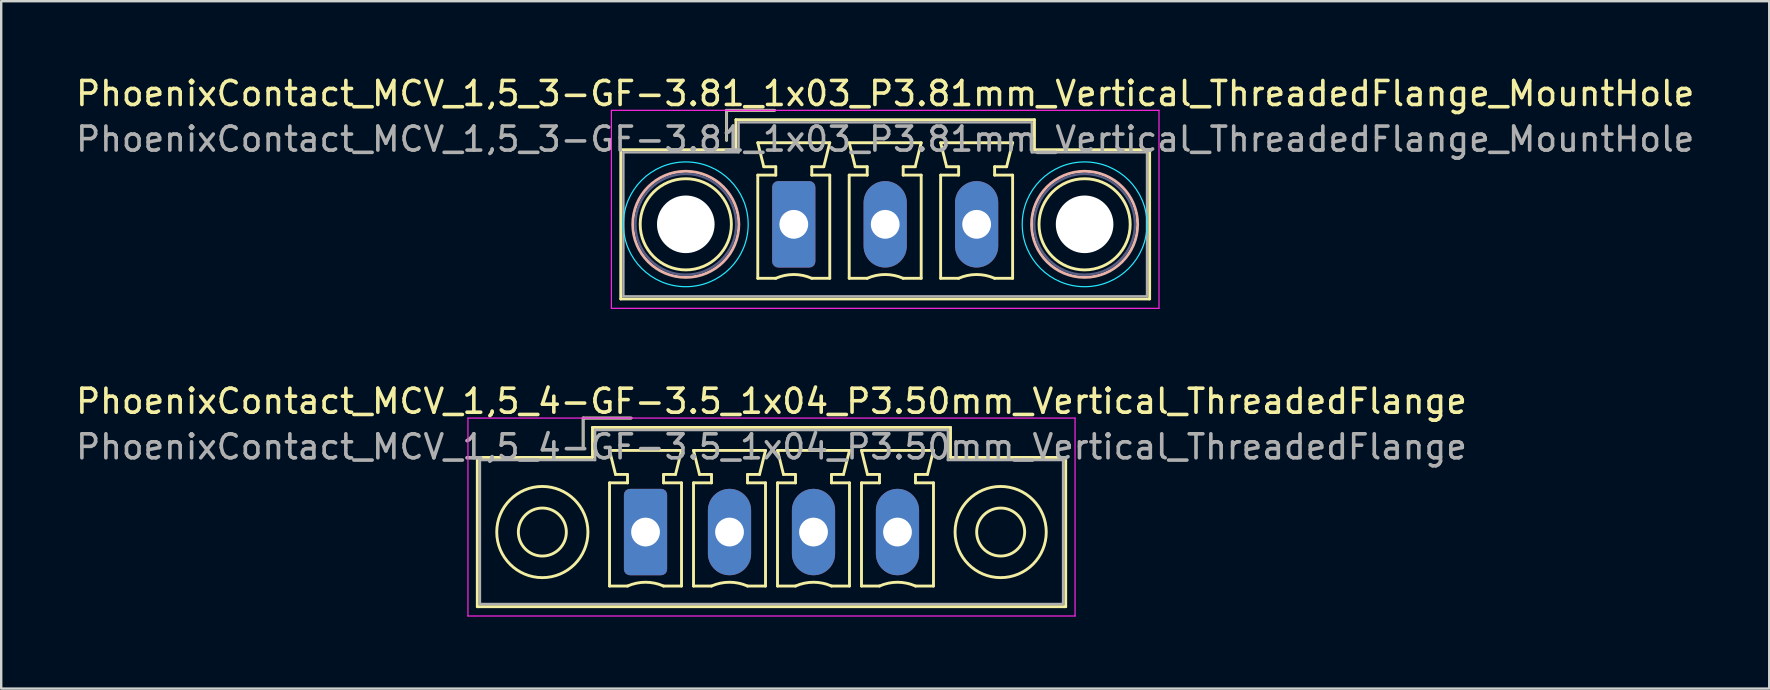
<source format=kicad_pcb>
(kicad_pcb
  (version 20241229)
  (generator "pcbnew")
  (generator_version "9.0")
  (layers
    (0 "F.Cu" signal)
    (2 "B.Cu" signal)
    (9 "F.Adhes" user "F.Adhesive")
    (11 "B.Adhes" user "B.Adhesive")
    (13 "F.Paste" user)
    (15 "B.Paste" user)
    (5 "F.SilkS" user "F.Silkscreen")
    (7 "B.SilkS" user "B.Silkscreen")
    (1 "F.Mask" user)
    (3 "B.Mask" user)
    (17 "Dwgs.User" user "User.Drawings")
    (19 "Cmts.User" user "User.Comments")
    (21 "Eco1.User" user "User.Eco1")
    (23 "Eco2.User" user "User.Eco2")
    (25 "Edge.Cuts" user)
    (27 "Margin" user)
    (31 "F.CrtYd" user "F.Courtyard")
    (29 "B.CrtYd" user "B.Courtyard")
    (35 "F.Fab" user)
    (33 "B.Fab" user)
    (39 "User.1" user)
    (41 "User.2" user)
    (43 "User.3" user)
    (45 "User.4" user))
  (footprint "PhoenixContact_MCV_1,5_4-GF-3.5_1x04_P3.50mm_Vertical_ThreadedFlange"
    (layer "F.Cu")
    (at 23.851 19.122)
    (property "Reference" "PhoenixContact_MCV_1,5_4-GF-3.5_1x04_P3.50mm_Vertical_ThreadedFlange" (at 5.25 -5.45 0) (layer "F.SilkS") (effects (font (size 1 1) (thickness 0.15))))
    (attr through_hole)
    (fp_line (start -7.01 -3.11) (end -7.01 3.11) (stroke (width 0.12) (type solid)) (layer "F.SilkS"))
    (fp_line (start -7.01 3.11) (end 17.51 3.11) (stroke (width 0.12) (type solid)) (layer "F.SilkS"))
    (fp_line (start -2.6 -4.75) (end -0.6 -4.75) (stroke (width 0.12) (type solid)) (layer "F.SilkS"))
    (fp_line (start -2.6 -3.5) (end -2.6 -4.75) (stroke (width 0.12) (type solid)) (layer "F.SilkS"))
    (fp_line (start -2.21 -4.36) (end -2.21 -3.11) (stroke (width 0.12) (type solid)) (layer "F.SilkS"))
    (fp_line (start -2.21 -3.11) (end -7.01 -3.11) (stroke (width 0.12) (type solid)) (layer "F.SilkS"))
    (fp_line (start -1.5 -3.4) (end 1.5 -3.4) (stroke (width 0.12) (type solid)) (layer "F.SilkS"))
    (fp_line (start -1.5 -2.05) (end -0.75 -2.05) (stroke (width 0.12) (type solid)) (layer "F.SilkS"))
    (fp_line (start -1.5 2.25) (end -1.5 -2.05) (stroke (width 0.12) (type solid)) (layer "F.SilkS"))
    (fp_line (start -1.25 -2.4) (end -1.5 -3.4) (stroke (width 0.12) (type solid)) (layer "F.SilkS"))
    (fp_line (start -0.75 -2.4) (end -1.25 -2.4) (stroke (width 0.12) (type solid)) (layer "F.SilkS"))
    (fp_line (start -0.75 -2.05) (end -0.75 -2.4) (stroke (width 0.12) (type solid)) (layer "F.SilkS"))
    (fp_line (start -0.75 2.25) (end -1.5 2.25) (stroke (width 0.12) (type solid)) (layer "F.SilkS"))
    (fp_line (start 0.75 -2.4) (end 0.75 -2.05) (stroke (width 0.12) (type solid)) (layer "F.SilkS"))
    (fp_line (start 0.75 -2.05) (end 1.5 -2.05) (stroke (width 0.12) (type solid)) (layer "F.SilkS"))
    (fp_line (start 1.25 -2.4) (end 0.75 -2.4) (stroke (width 0.12) (type solid)) (layer "F.SilkS"))
    (fp_line (start 1.5 -3.4) (end 1.25 -2.4) (stroke (width 0.12) (type solid)) (layer "F.SilkS"))
    (fp_line (start 1.5 -2.05) (end 1.5 2.25) (stroke (width 0.12) (type solid)) (layer "F.SilkS"))
    (fp_line (start 1.5 2.25) (end 0.75 2.25) (stroke (width 0.12) (type solid)) (layer "F.SilkS"))
    (fp_line (start 2 -3.4) (end 5 -3.4) (stroke (width 0.12) (type solid)) (layer "F.SilkS"))
    (fp_line (start 2 -2.05) (end 2.75 -2.05) (stroke (width 0.12) (type solid)) (layer "F.SilkS"))
    (fp_line (start 2 2.25) (end 2 -2.05) (stroke (width 0.12) (type solid)) (layer "F.SilkS"))
    (fp_line (start 2.25 -2.4) (end 2 -3.4) (stroke (width 0.12) (type solid)) (layer "F.SilkS"))
    (fp_line (start 2.75 -2.4) (end 2.25 -2.4) (stroke (width 0.12) (type solid)) (layer "F.SilkS"))
    (fp_line (start 2.75 -2.05) (end 2.75 -2.4) (stroke (width 0.12) (type solid)) (layer "F.SilkS"))
    (fp_line (start 2.75 2.25) (end 2 2.25) (stroke (width 0.12) (type solid)) (layer "F.SilkS"))
    (fp_line (start 4.25 -2.4) (end 4.25 -2.05) (stroke (width 0.12) (type solid)) (layer "F.SilkS"))
    (fp_line (start 4.25 -2.05) (end 5 -2.05) (stroke (width 0.12) (type solid)) (layer "F.SilkS"))
    (fp_line (start 4.75 -2.4) (end 4.25 -2.4) (stroke (width 0.12) (type solid)) (layer "F.SilkS"))
    (fp_line (start 5 -3.4) (end 4.75 -2.4) (stroke (width 0.12) (type solid)) (layer "F.SilkS"))
    (fp_line (start 5 -2.05) (end 5 2.25) (stroke (width 0.12) (type solid)) (layer "F.SilkS"))
    (fp_line (start 5 2.25) (end 4.25 2.25) (stroke (width 0.12) (type solid)) (layer "F.SilkS"))
    (fp_line (start 5.5 -3.4) (end 8.5 -3.4) (stroke (width 0.12) (type solid)) (layer "F.SilkS"))
    (fp_line (start 5.5 -2.05) (end 6.25 -2.05) (stroke (width 0.12) (type solid)) (layer "F.SilkS"))
    (fp_line (start 5.5 2.25) (end 5.5 -2.05) (stroke (width 0.12) (type solid)) (layer "F.SilkS"))
    (fp_line (start 5.75 -2.4) (end 5.5 -3.4) (stroke (width 0.12) (type solid)) (layer "F.SilkS"))
    (fp_line (start 6.25 -2.4) (end 5.75 -2.4) (stroke (width 0.12) (type solid)) (layer "F.SilkS"))
    (fp_line (start 6.25 -2.05) (end 6.25 -2.4) (stroke (width 0.12) (type solid)) (layer "F.SilkS"))
    (fp_line (start 6.25 2.25) (end 5.5 2.25) (stroke (width 0.12) (type solid)) (layer "F.SilkS"))
    (fp_line (start 7.75 -2.4) (end 7.75 -2.05) (stroke (width 0.12) (type solid)) (layer "F.SilkS"))
    (fp_line (start 7.75 -2.05) (end 8.5 -2.05) (stroke (width 0.12) (type solid)) (layer "F.SilkS"))
    (fp_line (start 8.25 -2.4) (end 7.75 -2.4) (stroke (width 0.12) (type solid)) (layer "F.SilkS"))
    (fp_line (start 8.5 -3.4) (end 8.25 -2.4) (stroke (width 0.12) (type solid)) (layer "F.SilkS"))
    (fp_line (start 8.5 -2.05) (end 8.5 2.25) (stroke (width 0.12) (type solid)) (layer "F.SilkS"))
    (fp_line (start 8.5 2.25) (end 7.75 2.25) (stroke (width 0.12) (type solid)) (layer "F.SilkS"))
    (fp_line (start 9 -3.4) (end 12 -3.4) (stroke (width 0.12) (type solid)) (layer "F.SilkS"))
    (fp_line (start 9 -2.05) (end 9.75 -2.05) (stroke (width 0.12) (type solid)) (layer "F.SilkS"))
    (fp_line (start 9 2.25) (end 9 -2.05) (stroke (width 0.12) (type solid)) (layer "F.SilkS"))
    (fp_line (start 9.25 -2.4) (end 9 -3.4) (stroke (width 0.12) (type solid)) (layer "F.SilkS"))
    (fp_line (start 9.75 -2.4) (end 9.25 -2.4) (stroke (width 0.12) (type solid)) (layer "F.SilkS"))
    (fp_line (start 9.75 -2.05) (end 9.75 -2.4) (stroke (width 0.12) (type solid)) (layer "F.SilkS"))
    (fp_line (start 9.75 2.25) (end 9 2.25) (stroke (width 0.12) (type solid)) (layer "F.SilkS"))
    (fp_line (start 11.25 -2.4) (end 11.25 -2.05) (stroke (width 0.12) (type solid)) (layer "F.SilkS"))
    (fp_line (start 11.25 -2.05) (end 12 -2.05) (stroke (width 0.12) (type solid)) (layer "F.SilkS"))
    (fp_line (start 11.75 -2.4) (end 11.25 -2.4) (stroke (width 0.12) (type solid)) (layer "F.SilkS"))
    (fp_line (start 12 -3.4) (end 11.75 -2.4) (stroke (width 0.12) (type solid)) (layer "F.SilkS"))
    (fp_line (start 12 -2.05) (end 12 2.25) (stroke (width 0.12) (type solid)) (layer "F.SilkS"))
    (fp_line (start 12 2.25) (end 11.25 2.25) (stroke (width 0.12) (type solid)) (layer "F.SilkS"))
    (fp_line (start 12.71 -4.36) (end -2.21 -4.36) (stroke (width 0.12) (type solid)) (layer "F.SilkS"))
    (fp_line (start 12.71 -3.11) (end 12.71 -4.36) (stroke (width 0.12) (type solid)) (layer "F.SilkS"))
    (fp_line (start 17.51 -3.11) (end 12.71 -3.11) (stroke (width 0.12) (type solid)) (layer "F.SilkS"))
    (fp_line (start 17.51 3.11) (end 17.51 -3.11) (stroke (width 0.12) (type solid)) (layer "F.SilkS"))
    (fp_arc (start -0.75 2.25) (mid -0.000193 2.09191) (end 0.749647 2.249844) (stroke (width 0.12) (type solid)) (layer "F.SilkS"))
    (fp_arc (start 2.75 2.25) (mid 3.499807 2.09191) (end 4.249647 2.249844) (stroke (width 0.12) (type solid)) (layer "F.SilkS"))
    (fp_arc (start 6.25 2.25) (mid 6.999807 2.09191) (end 7.749647 2.249844) (stroke (width 0.12) (type solid)) (layer "F.SilkS"))
    (fp_arc (start 9.75 2.25) (mid 10.499807 2.09191) (end 11.249647 2.249844) (stroke (width 0.12) (type solid)) (layer "F.SilkS"))
    (fp_circle (center -4.3 0) (end -3.3 0) (stroke (width 0.12) (type solid)) (fill no) (layer "F.SilkS"))
    (fp_circle (center -4.3 0) (end -2.4 0) (stroke (width 0.12) (type solid)) (fill no) (layer "F.SilkS"))
    (fp_circle (center 14.8 0) (end 15.8 0) (stroke (width 0.12) (type solid)) (fill no) (layer "F.SilkS"))
    (fp_circle (center 14.8 0) (end 16.7 0) (stroke (width 0.12) (type solid)) (fill no) (layer "F.SilkS"))
    (fp_line (start -7.4 -4.75) (end -7.4 3.5) (stroke (width 0.05) (type solid)) (layer "F.CrtYd"))
    (fp_line (start -7.4 3.5) (end 17.9 3.5) (stroke (width 0.05) (type solid)) (layer "F.CrtYd"))
    (fp_line (start 17.9 -4.75) (end -7.4 -4.75) (stroke (width 0.05) (type solid)) (layer "F.CrtYd"))
    (fp_line (start 17.9 3.5) (end 17.9 -4.75) (stroke (width 0.05) (type solid)) (layer "F.CrtYd"))
    (fp_line (start -6.9 -3) (end -6.9 3) (stroke (width 0.1) (type solid)) (layer "F.Fab"))
    (fp_line (start -6.9 3) (end 17.4 3) (stroke (width 0.1) (type solid)) (layer "F.Fab"))
    (fp_line (start -2.6 -4.75) (end -0.6 -4.75) (stroke (width 0.1) (type solid)) (layer "F.Fab"))
    (fp_line (start -2.6 -3.5) (end -2.6 -4.75) (stroke (width 0.1) (type solid)) (layer "F.Fab"))
    (fp_line (start -2.1 -4.25) (end -2.1 -3) (stroke (width 0.1) (type solid)) (layer "F.Fab"))
    (fp_line (start -2.1 -3) (end -6.9 -3) (stroke (width 0.1) (type solid)) (layer "F.Fab"))
    (fp_line (start 12.6 -4.25) (end -2.1 -4.25) (stroke (width 0.1) (type solid)) (layer "F.Fab"))
    (fp_line (start 12.6 -3) (end 12.6 -4.25) (stroke (width 0.1) (type solid)) (layer "F.Fab"))
    (fp_line (start 17.4 -3) (end 12.6 -3) (stroke (width 0.1) (type solid)) (layer "F.Fab"))
    (fp_line (start 17.4 3) (end 17.4 -3) (stroke (width 0.1) (type solid)) (layer "F.Fab"))
    (fp_text user "${REFERENCE}" (at 5.25 -3.55 0) (layer "F.Fab") (effects (font (size 1 1) (thickness 0.15))))
    (pad "1" thru_hole roundrect (at 0 0) (size 1.8 3.6) (drill 1.2) (layers "*.Cu" "*.Mask") (roundrect_rratio 0.139))
    (pad "2" thru_hole oval (at 3.5 0) (size 1.8 3.6) (drill 1.2) (layers "*.Cu" "*.Mask"))
    (pad "3" thru_hole oval (at 7 0) (size 1.8 3.6) (drill 1.2) (layers "*.Cu" "*.Mask"))
    (pad "4" thru_hole oval (at 10.5 0) (size 1.8 3.6) (drill 1.2) (layers "*.Cu" "*.Mask")))
  (footprint "PhoenixContact_MCV_1,5_3-GF-3.81_1x03_P3.81mm_Vertical_ThreadedFlange_MountHole"
    (layer "F.Cu")
    (at 30.029 6.298)
    (property "Reference" "PhoenixContact_MCV_1,5_3-GF-3.81_1x03_P3.81mm_Vertical_ThreadedFlange_MountHole" (at 3.81 -5.45 0) (layer "F.SilkS") (effects (font (size 1 1) (thickness 0.15))))
    (attr through_hole)
    (fp_line (start -7.21 -3.11) (end -7.21 3.11) (stroke (width 0.12) (type solid)) (layer "F.SilkS"))
    (fp_line (start -7.21 3.11) (end 14.83 3.11) (stroke (width 0.12) (type solid)) (layer "F.SilkS"))
    (fp_line (start -2.8 -4.75) (end -0.8 -4.75) (stroke (width 0.12) (type solid)) (layer "F.SilkS"))
    (fp_line (start -2.8 -3.5) (end -2.8 -4.75) (stroke (width 0.12) (type solid)) (layer "F.SilkS"))
    (fp_line (start -2.41 -4.36) (end -2.41 -3.11) (stroke (width 0.12) (type solid)) (layer "F.SilkS"))
    (fp_line (start -2.41 -3.11) (end -7.21 -3.11) (stroke (width 0.12) (type solid)) (layer "F.SilkS"))
    (fp_line (start -1.5 -3.4) (end 1.5 -3.4) (stroke (width 0.12) (type solid)) (layer "F.SilkS"))
    (fp_line (start -1.5 -2.05) (end -0.75 -2.05) (stroke (width 0.12) (type solid)) (layer "F.SilkS"))
    (fp_line (start -1.5 2.25) (end -1.5 -2.05) (stroke (width 0.12) (type solid)) (layer "F.SilkS"))
    (fp_line (start -1.25 -2.4) (end -1.5 -3.4) (stroke (width 0.12) (type solid)) (layer "F.SilkS"))
    (fp_line (start -0.75 -2.4) (end -1.25 -2.4) (stroke (width 0.12) (type solid)) (layer "F.SilkS"))
    (fp_line (start -0.75 -2.05) (end -0.75 -2.4) (stroke (width 0.12) (type solid)) (layer "F.SilkS"))
    (fp_line (start -0.75 2.25) (end -1.5 2.25) (stroke (width 0.12) (type solid)) (layer "F.SilkS"))
    (fp_line (start 0.75 -2.4) (end 0.75 -2.05) (stroke (width 0.12) (type solid)) (layer "F.SilkS"))
    (fp_line (start 0.75 -2.05) (end 1.5 -2.05) (stroke (width 0.12) (type solid)) (layer "F.SilkS"))
    (fp_line (start 1.25 -2.4) (end 0.75 -2.4) (stroke (width 0.12) (type solid)) (layer "F.SilkS"))
    (fp_line (start 1.5 -3.4) (end 1.25 -2.4) (stroke (width 0.12) (type solid)) (layer "F.SilkS"))
    (fp_line (start 1.5 -2.05) (end 1.5 2.25) (stroke (width 0.12) (type solid)) (layer "F.SilkS"))
    (fp_line (start 1.5 2.25) (end 0.75 2.25) (stroke (width 0.12) (type solid)) (layer "F.SilkS"))
    (fp_line (start 2.31 -3.4) (end 5.31 -3.4) (stroke (width 0.12) (type solid)) (layer "F.SilkS"))
    (fp_line (start 2.31 -2.05) (end 3.06 -2.05) (stroke (width 0.12) (type solid)) (layer "F.SilkS"))
    (fp_line (start 2.31 2.25) (end 2.31 -2.05) (stroke (width 0.12) (type solid)) (layer "F.SilkS"))
    (fp_line (start 2.56 -2.4) (end 2.31 -3.4) (stroke (width 0.12) (type solid)) (layer "F.SilkS"))
    (fp_line (start 3.06 -2.4) (end 2.56 -2.4) (stroke (width 0.12) (type solid)) (layer "F.SilkS"))
    (fp_line (start 3.06 -2.05) (end 3.06 -2.4) (stroke (width 0.12) (type solid)) (layer "F.SilkS"))
    (fp_line (start 3.06 2.25) (end 2.31 2.25) (stroke (width 0.12) (type solid)) (layer "F.SilkS"))
    (fp_line (start 4.56 -2.4) (end 4.56 -2.05) (stroke (width 0.12) (type solid)) (layer "F.SilkS"))
    (fp_line (start 4.56 -2.05) (end 5.31 -2.05) (stroke (width 0.12) (type solid)) (layer "F.SilkS"))
    (fp_line (start 5.06 -2.4) (end 4.56 -2.4) (stroke (width 0.12) (type solid)) (layer "F.SilkS"))
    (fp_line (start 5.31 -3.4) (end 5.06 -2.4) (stroke (width 0.12) (type solid)) (layer "F.SilkS"))
    (fp_line (start 5.31 -2.05) (end 5.31 2.25) (stroke (width 0.12) (type solid)) (layer "F.SilkS"))
    (fp_line (start 5.31 2.25) (end 4.56 2.25) (stroke (width 0.12) (type solid)) (layer "F.SilkS"))
    (fp_line (start 6.12 -3.4) (end 9.12 -3.4) (stroke (width 0.12) (type solid)) (layer "F.SilkS"))
    (fp_line (start 6.12 -2.05) (end 6.87 -2.05) (stroke (width 0.12) (type solid)) (layer "F.SilkS"))
    (fp_line (start 6.12 2.25) (end 6.12 -2.05) (stroke (width 0.12) (type solid)) (layer "F.SilkS"))
    (fp_line (start 6.37 -2.4) (end 6.12 -3.4) (stroke (width 0.12) (type solid)) (layer "F.SilkS"))
    (fp_line (start 6.87 -2.4) (end 6.37 -2.4) (stroke (width 0.12) (type solid)) (layer "F.SilkS"))
    (fp_line (start 6.87 -2.05) (end 6.87 -2.4) (stroke (width 0.12) (type solid)) (layer "F.SilkS"))
    (fp_line (start 6.87 2.25) (end 6.12 2.25) (stroke (width 0.12) (type solid)) (layer "F.SilkS"))
    (fp_line (start 8.37 -2.4) (end 8.37 -2.05) (stroke (width 0.12) (type solid)) (layer "F.SilkS"))
    (fp_line (start 8.37 -2.05) (end 9.12 -2.05) (stroke (width 0.12) (type solid)) (layer "F.SilkS"))
    (fp_line (start 8.87 -2.4) (end 8.37 -2.4) (stroke (width 0.12) (type solid)) (layer "F.SilkS"))
    (fp_line (start 9.12 -3.4) (end 8.87 -2.4) (stroke (width 0.12) (type solid)) (layer "F.SilkS"))
    (fp_line (start 9.12 -2.05) (end 9.12 2.25) (stroke (width 0.12) (type solid)) (layer "F.SilkS"))
    (fp_line (start 9.12 2.25) (end 8.37 2.25) (stroke (width 0.12) (type solid)) (layer "F.SilkS"))
    (fp_line (start 10.03 -4.36) (end -2.41 -4.36) (stroke (width 0.12) (type solid)) (layer "F.SilkS"))
    (fp_line (start 10.03 -3.11) (end 10.03 -4.36) (stroke (width 0.12) (type solid)) (layer "F.SilkS"))
    (fp_line (start 14.83 -3.11) (end 10.03 -3.11) (stroke (width 0.12) (type solid)) (layer "F.SilkS"))
    (fp_line (start 14.83 3.11) (end 14.83 -3.11) (stroke (width 0.12) (type solid)) (layer "F.SilkS"))
    (fp_arc (start -0.75 2.25) (mid -0.000193 2.09191) (end 0.749647 2.249844) (stroke (width 0.12) (type solid)) (layer "F.SilkS"))
    (fp_arc (start 3.06 2.25) (mid 3.809807 2.09191) (end 4.559647 2.249844) (stroke (width 0.12) (type solid)) (layer "F.SilkS"))
    (fp_arc (start 6.87 2.25) (mid 7.619807 2.09191) (end 8.369647 2.249844) (stroke (width 0.12) (type solid)) (layer "F.SilkS"))
    (fp_circle (center -4.5 0) (end -2.6 0) (stroke (width 0.12) (type solid)) (fill no) (layer "F.SilkS"))
    (fp_circle (center 12.12 0) (end 14.02 0) (stroke (width 0.12) (type solid)) (fill no) (layer "F.SilkS"))
    (fp_circle (center -4.5 0) (end -2.29 0) (stroke (width 0.12) (type solid)) (fill no) (layer "B.SilkS"))
    (fp_circle (center 12.12 0) (end 14.33 0) (stroke (width 0.12) (type solid)) (fill no) (layer "B.SilkS"))
    (fp_circle (center -4.5 0) (end -1.9 0) (stroke (width 0.05) (type solid)) (fill no) (layer "B.CrtYd"))
    (fp_circle (center 12.12 0) (end 14.72 0) (stroke (width 0.05) (type solid)) (fill no) (layer "B.CrtYd"))
    (fp_line (start -7.6 -4.75) (end -7.6 3.5) (stroke (width 0.05) (type solid)) (layer "F.CrtYd"))
    (fp_line (start -7.6 3.5) (end 15.22 3.5) (stroke (width 0.05) (type solid)) (layer "F.CrtYd"))
    (fp_line (start 15.22 -4.75) (end -7.6 -4.75) (stroke (width 0.05) (type solid)) (layer "F.CrtYd"))
    (fp_line (start 15.22 3.5) (end 15.22 -4.75) (stroke (width 0.05) (type solid)) (layer "F.CrtYd"))
    (fp_circle (center -4.5 0) (end -2.4 0) (stroke (width 0.1) (type solid)) (fill no) (layer "B.Fab"))
    (fp_circle (center 12.12 0) (end 14.22 0) (stroke (width 0.1) (type solid)) (fill no) (layer "B.Fab"))
    (fp_line (start -7.1 -3) (end -7.1 3) (stroke (width 0.1) (type solid)) (layer "F.Fab"))
    (fp_line (start -7.1 3) (end 14.72 3) (stroke (width 0.1) (type solid)) (layer "F.Fab"))
    (fp_line (start -2.8 -4.75) (end -0.8 -4.75) (stroke (width 0.1) (type solid)) (layer "F.Fab"))
    (fp_line (start -2.8 -3.5) (end -2.8 -4.75) (stroke (width 0.1) (type solid)) (layer "F.Fab"))
    (fp_line (start -2.3 -4.25) (end -2.3 -3) (stroke (width 0.1) (type solid)) (layer "F.Fab"))
    (fp_line (start -2.3 -3) (end -7.1 -3) (stroke (width 0.1) (type solid)) (layer "F.Fab"))
    (fp_line (start 9.92 -4.25) (end -2.3 -4.25) (stroke (width 0.1) (type solid)) (layer "F.Fab"))
    (fp_line (start 9.92 -3) (end 9.92 -4.25) (stroke (width 0.1) (type solid)) (layer "F.Fab"))
    (fp_line (start 14.72 -3) (end 9.92 -3) (stroke (width 0.1) (type solid)) (layer "F.Fab"))
    (fp_line (start 14.72 3) (end 14.72 -3) (stroke (width 0.1) (type solid)) (layer "F.Fab"))
    (fp_text user "${REFERENCE}" (at 3.81 -3.55 0) (layer "F.Fab") (effects (font (size 1 1) (thickness 0.15))))
    (pad "" np_thru_hole circle (at -4.5 0) (size 2.4 2.4) (drill 2.4) (layers "*.Cu" "*.Mask"))
    (pad "" np_thru_hole circle (at 12.12 0) (size 2.4 2.4) (drill 2.4) (layers "*.Cu" "*.Mask"))
    (pad "1" thru_hole roundrect (at 0 0) (size 1.8 3.6) (drill 1.2) (layers "*.Cu" "*.Mask") (roundrect_rratio 0.139))
    (pad "2" thru_hole oval (at 3.81 0) (size 1.8 3.6) (drill 1.2) (layers "*.Cu" "*.Mask"))
    (pad "3" thru_hole oval (at 7.62 0) (size 1.8 3.6) (drill 1.2) (layers "*.Cu" "*.Mask")))
  (gr_rect
    (start -3 -3)
    (end 70.679 25.646)
    (stroke (width 0.1) (type default))
    (fill no)
    (layer "Edge.Cuts")))
</source>
